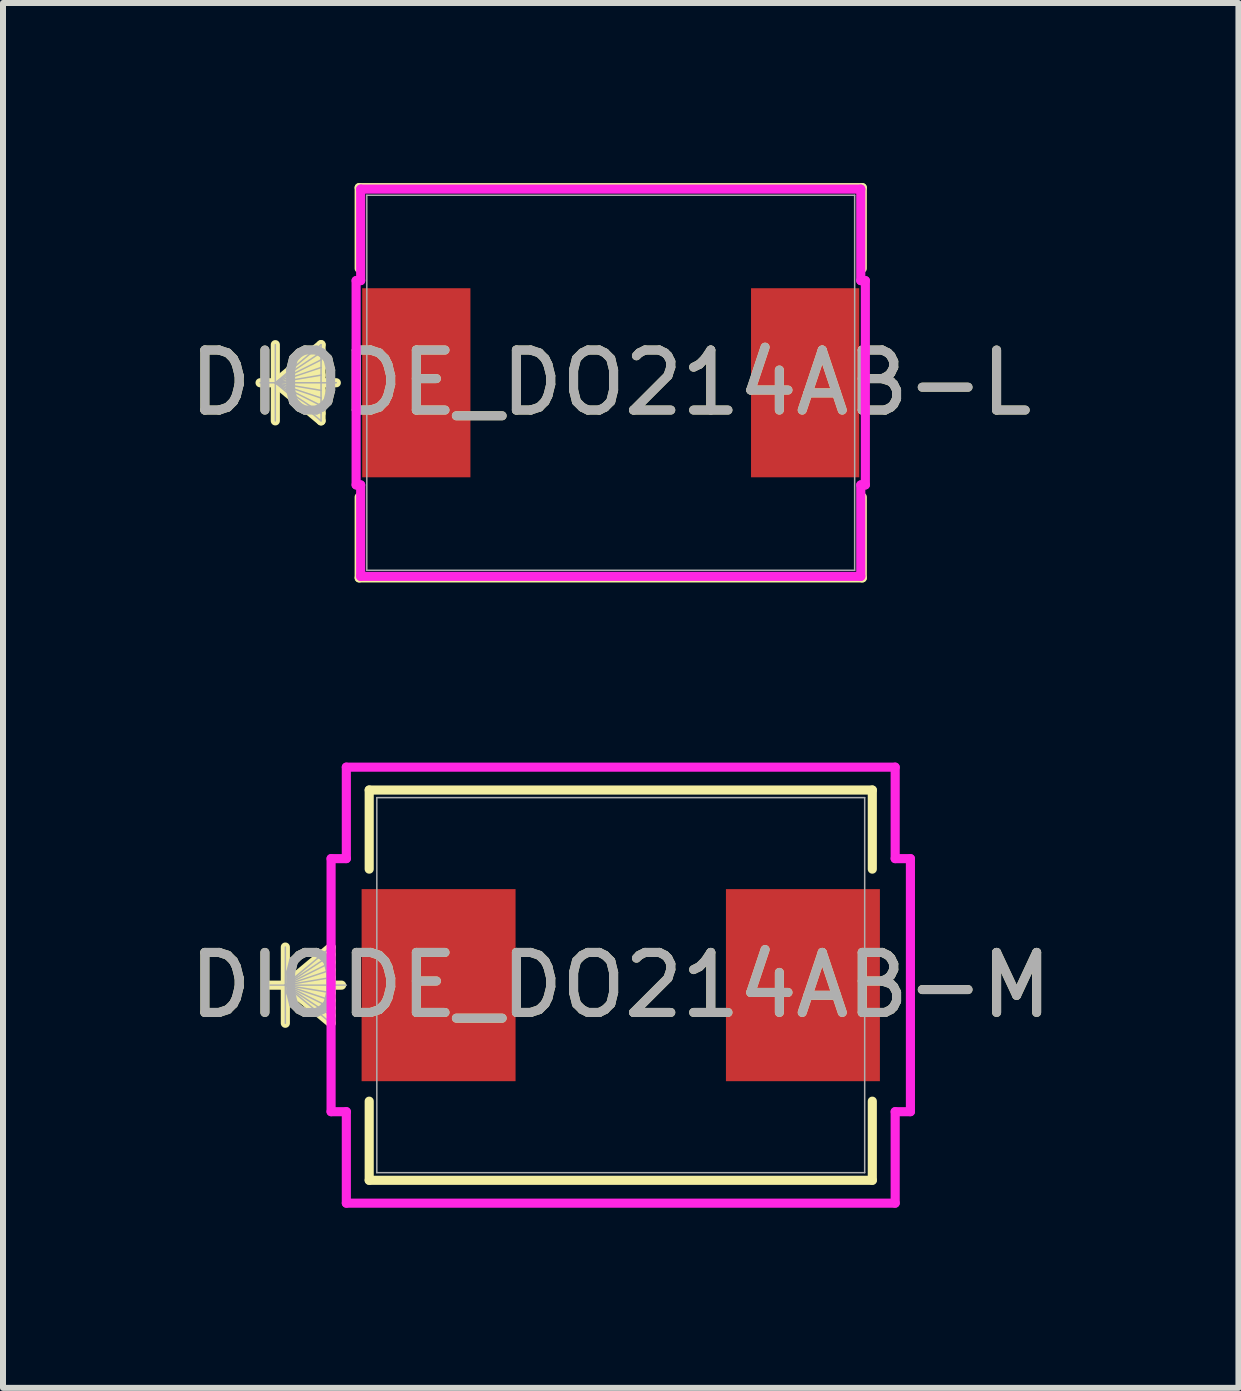
<source format=kicad_pcb>
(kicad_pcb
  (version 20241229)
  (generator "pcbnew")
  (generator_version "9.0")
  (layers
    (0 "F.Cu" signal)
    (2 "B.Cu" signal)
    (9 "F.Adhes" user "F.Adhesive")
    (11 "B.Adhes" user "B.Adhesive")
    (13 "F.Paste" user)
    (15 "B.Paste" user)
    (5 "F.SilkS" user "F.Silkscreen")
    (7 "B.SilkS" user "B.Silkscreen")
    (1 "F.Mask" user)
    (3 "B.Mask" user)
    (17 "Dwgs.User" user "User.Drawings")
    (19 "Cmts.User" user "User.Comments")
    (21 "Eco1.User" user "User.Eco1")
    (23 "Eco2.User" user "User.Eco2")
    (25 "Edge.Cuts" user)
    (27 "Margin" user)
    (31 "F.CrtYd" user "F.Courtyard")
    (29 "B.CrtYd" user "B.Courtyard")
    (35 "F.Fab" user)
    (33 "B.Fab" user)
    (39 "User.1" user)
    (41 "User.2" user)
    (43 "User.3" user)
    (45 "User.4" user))
  (footprint "DIODE_DO214AB-L"
    (layer "F.Cu")
    (at 7.125 3.327)
    (property "Reference" "DIODE_DO214AB-L" (at 0 0 0) (unlocked yes) (layer "F.SilkS") (effects (font (size 1 1) (thickness 0.15))))
    (attr smd)
    (fp_line (start -5.588 -0.635) (end -5.588 0.635) (stroke (width 0.152) (type solid)) (layer "F.SilkS"))
    (fp_line (start -5.588 0) (end -4.826 -0.635) (stroke (width 0.152) (type solid)) (layer "F.SilkS"))
    (fp_line (start -5.588 0) (end -4.826 -0.508) (stroke (width 0.152) (type solid)) (layer "F.SilkS"))
    (fp_line (start -5.588 0) (end -4.826 -0.381) (stroke (width 0.152) (type solid)) (layer "F.SilkS"))
    (fp_line (start -5.588 0) (end -4.826 -0.254) (stroke (width 0.152) (type solid)) (layer "F.SilkS"))
    (fp_line (start -5.588 0) (end -4.826 -0.127) (stroke (width 0.152) (type solid)) (layer "F.SilkS"))
    (fp_line (start -5.588 0) (end -4.826 0.127) (stroke (width 0.152) (type solid)) (layer "F.SilkS"))
    (fp_line (start -5.588 0) (end -4.826 0.254) (stroke (width 0.152) (type solid)) (layer "F.SilkS"))
    (fp_line (start -5.588 0) (end -4.826 0.381) (stroke (width 0.152) (type solid)) (layer "F.SilkS"))
    (fp_line (start -5.588 0) (end -4.826 0.508) (stroke (width 0.152) (type solid)) (layer "F.SilkS"))
    (fp_line (start -5.588 0) (end -4.826 0.635) (stroke (width 0.152) (type solid)) (layer "F.SilkS"))
    (fp_line (start -4.826 -0.635) (end -4.826 0.635) (stroke (width 0.152) (type solid)) (layer "F.SilkS"))
    (fp_line (start -4.572 0) (end -5.842 0) (stroke (width 0.152) (type solid)) (layer "F.SilkS"))
    (fp_line (start -4.191 -3.251) (end -4.191 -1.904) (stroke (width 0.152) (type solid)) (layer "F.SilkS"))
    (fp_line (start -4.191 1.904) (end -4.191 3.251) (stroke (width 0.152) (type solid)) (layer "F.SilkS"))
    (fp_line (start -4.191 3.251) (end 4.191 3.251) (stroke (width 0.152) (type solid)) (layer "F.SilkS"))
    (fp_line (start 4.191 -3.251) (end -4.191 -3.251) (stroke (width 0.152) (type solid)) (layer "F.SilkS"))
    (fp_line (start 4.191 -1.904) (end 4.191 -3.251) (stroke (width 0.152) (type solid)) (layer "F.SilkS"))
    (fp_line (start 4.191 3.251) (end 4.191 1.904) (stroke (width 0.152) (type solid)) (layer "F.SilkS"))
    (fp_line (start -4.242 -1.702) (end -4.166 -1.702) (stroke (width 0.152) (type solid)) (layer "F.CrtYd"))
    (fp_line (start -4.242 1.702) (end -4.242 -1.702) (stroke (width 0.152) (type solid)) (layer "F.CrtYd"))
    (fp_line (start -4.166 -3.226) (end 4.166 -3.226) (stroke (width 0.152) (type solid)) (layer "F.CrtYd"))
    (fp_line (start -4.166 -1.702) (end -4.166 -3.226) (stroke (width 0.152) (type solid)) (layer "F.CrtYd"))
    (fp_line (start -4.166 1.702) (end -4.242 1.702) (stroke (width 0.152) (type solid)) (layer "F.CrtYd"))
    (fp_line (start -4.166 3.226) (end -4.166 1.702) (stroke (width 0.152) (type solid)) (layer "F.CrtYd"))
    (fp_line (start 4.166 -3.226) (end 4.166 -1.702) (stroke (width 0.152) (type solid)) (layer "F.CrtYd"))
    (fp_line (start 4.166 -1.702) (end 4.242 -1.702) (stroke (width 0.152) (type solid)) (layer "F.CrtYd"))
    (fp_line (start 4.166 1.702) (end 4.166 3.226) (stroke (width 0.152) (type solid)) (layer "F.CrtYd"))
    (fp_line (start 4.166 3.226) (end -4.166 3.226) (stroke (width 0.152) (type solid)) (layer "F.CrtYd"))
    (fp_line (start 4.242 -1.702) (end 4.242 1.702) (stroke (width 0.152) (type solid)) (layer "F.CrtYd"))
    (fp_line (start 4.242 1.702) (end 4.166 1.702) (stroke (width 0.152) (type solid)) (layer "F.CrtYd"))
    (fp_line (start -5.588 -0.635) (end -5.588 0.635) (stroke (width 0.025) (type solid)) (layer "F.Fab"))
    (fp_line (start -5.588 0) (end -4.826 -0.635) (stroke (width 0.025) (type solid)) (layer "F.Fab"))
    (fp_line (start -5.588 0) (end -4.826 -0.508) (stroke (width 0.025) (type solid)) (layer "F.Fab"))
    (fp_line (start -5.588 0) (end -4.826 -0.381) (stroke (width 0.025) (type solid)) (layer "F.Fab"))
    (fp_line (start -5.588 0) (end -4.826 -0.254) (stroke (width 0.025) (type solid)) (layer "F.Fab"))
    (fp_line (start -5.588 0) (end -4.826 -0.127) (stroke (width 0.025) (type solid)) (layer "F.Fab"))
    (fp_line (start -5.588 0) (end -4.826 0.127) (stroke (width 0.025) (type solid)) (layer "F.Fab"))
    (fp_line (start -5.588 0) (end -4.826 0.254) (stroke (width 0.025) (type solid)) (layer "F.Fab"))
    (fp_line (start -5.588 0) (end -4.826 0.381) (stroke (width 0.025) (type solid)) (layer "F.Fab"))
    (fp_line (start -5.588 0) (end -4.826 0.508) (stroke (width 0.025) (type solid)) (layer "F.Fab"))
    (fp_line (start -5.588 0) (end -4.826 0.635) (stroke (width 0.025) (type solid)) (layer "F.Fab"))
    (fp_line (start -4.826 -0.635) (end -4.826 0.635) (stroke (width 0.025) (type solid)) (layer "F.Fab"))
    (fp_line (start -4.572 0) (end -5.842 0) (stroke (width 0.025) (type solid)) (layer "F.Fab"))
    (fp_line (start -4.064 -3.124) (end -4.064 3.124) (stroke (width 0.025) (type solid)) (layer "F.Fab"))
    (fp_line (start -4.064 3.124) (end 4.064 3.124) (stroke (width 0.025) (type solid)) (layer "F.Fab"))
    (fp_line (start 4.064 -3.124) (end -4.064 -3.124) (stroke (width 0.025) (type solid)) (layer "F.Fab"))
    (fp_line (start 4.064 3.124) (end 4.064 -3.124) (stroke (width 0.025) (type solid)) (layer "F.Fab"))
    (fp_text user "${REFERENCE}" (at 0 0 0) (unlocked yes) (layer "F.Fab") (effects (font (size 1 1) (thickness 0.15))))
    (pad "1" smd rect (at -3.239 0 90) (size 3.15 1.803) (layers "F.Cu" "F.Mask" "F.Paste"))
    (pad "2" smd rect (at 3.239 0 90) (size 3.15 1.803) (layers "F.Cu" "F.Mask" "F.Paste"))
    (zone (net_name "") (layer "F.Cu") (hatch full 0.508) (connect_pads) (min_thickness 0.254) (filled_areas_thickness no) (keepout (tracks not_allowed) (vias not_allowed) (pads allowed) (copperpour not_allowed) (footprints allowed)) (placement (enabled no)) (fill) (polygon (pts (xy 3.112 0.254) (xy 11.138 0.254) (xy 11.138 1.676) (xy 3.112 1.676))))
    (zone (net_name "") (layer "F.Cu") (hatch full 0.508) (connect_pads) (min_thickness 0.254) (filled_areas_thickness no) (keepout (tracks not_allowed) (vias not_allowed) (pads allowed) (copperpour not_allowed) (footprints allowed)) (placement (enabled no)) (fill) (polygon (pts (xy 3.112 4.978) (xy 11.138 4.978) (xy 11.138 6.401) (xy 3.112 6.401))))
    (zone (net_name "") (layer "F.Cu") (hatch full 0.508) (connect_pads) (min_thickness 0.254) (filled_areas_thickness no) (keepout (tracks not_allowed) (vias not_allowed) (pads allowed) (copperpour not_allowed) (footprints allowed)) (placement (enabled no)) (fill) (polygon (pts (xy 4.839 1.676) (xy 9.411 1.676) (xy 9.411 4.978) (xy 4.839 4.978)))))
  (footprint "DIODE_DO214AB-M"
    (layer "F.Cu")
    (at 7.292 13.363)
    (property "Reference" "DIODE_DO214AB-M" (at 0 0 0) (unlocked yes) (layer "F.SilkS") (effects (font (size 1 1) (thickness 0.15))))
    (attr smd)
    (fp_line (start -5.588 -0.635) (end -5.588 0.635) (stroke (width 0.152) (type solid)) (layer "F.SilkS"))
    (fp_line (start -5.588 0) (end -4.826 -0.635) (stroke (width 0.152) (type solid)) (layer "F.SilkS"))
    (fp_line (start -5.588 0) (end -4.826 -0.508) (stroke (width 0.152) (type solid)) (layer "F.SilkS"))
    (fp_line (start -5.588 0) (end -4.826 -0.381) (stroke (width 0.152) (type solid)) (layer "F.SilkS"))
    (fp_line (start -5.588 0) (end -4.826 -0.254) (stroke (width 0.152) (type solid)) (layer "F.SilkS"))
    (fp_line (start -5.588 0) (end -4.826 -0.127) (stroke (width 0.152) (type solid)) (layer "F.SilkS"))
    (fp_line (start -5.588 0) (end -4.826 0.127) (stroke (width 0.152) (type solid)) (layer "F.SilkS"))
    (fp_line (start -5.588 0) (end -4.826 0.254) (stroke (width 0.152) (type solid)) (layer "F.SilkS"))
    (fp_line (start -5.588 0) (end -4.826 0.381) (stroke (width 0.152) (type solid)) (layer "F.SilkS"))
    (fp_line (start -5.588 0) (end -4.826 0.508) (stroke (width 0.152) (type solid)) (layer "F.SilkS"))
    (fp_line (start -5.588 0) (end -4.826 0.635) (stroke (width 0.152) (type solid)) (layer "F.SilkS"))
    (fp_line (start -4.826 -0.635) (end -4.826 0.635) (stroke (width 0.152) (type solid)) (layer "F.SilkS"))
    (fp_line (start -4.651 0) (end -5.842 0) (stroke (width 0.152) (type solid)) (layer "F.SilkS"))
    (fp_line (start -4.191 -3.251) (end -4.191 -1.933) (stroke (width 0.152) (type solid)) (layer "F.SilkS"))
    (fp_line (start -4.191 1.933) (end -4.191 3.251) (stroke (width 0.152) (type solid)) (layer "F.SilkS"))
    (fp_line (start -4.191 3.251) (end 4.191 3.251) (stroke (width 0.152) (type solid)) (layer "F.SilkS"))
    (fp_line (start 4.191 -3.251) (end -4.191 -3.251) (stroke (width 0.152) (type solid)) (layer "F.SilkS"))
    (fp_line (start 4.191 -1.933) (end 4.191 -3.251) (stroke (width 0.152) (type solid)) (layer "F.SilkS"))
    (fp_line (start 4.191 3.251) (end 4.191 1.933) (stroke (width 0.152) (type solid)) (layer "F.SilkS"))
    (fp_line (start -4.826 -2.108) (end -4.572 -2.108) (stroke (width 0.152) (type solid)) (layer "F.CrtYd"))
    (fp_line (start -4.826 2.108) (end -4.826 -2.108) (stroke (width 0.152) (type solid)) (layer "F.CrtYd"))
    (fp_line (start -4.572 -3.632) (end 4.572 -3.632) (stroke (width 0.152) (type solid)) (layer "F.CrtYd"))
    (fp_line (start -4.572 -2.108) (end -4.572 -3.632) (stroke (width 0.152) (type solid)) (layer "F.CrtYd"))
    (fp_line (start -4.572 2.108) (end -4.826 2.108) (stroke (width 0.152) (type solid)) (layer "F.CrtYd"))
    (fp_line (start -4.572 3.632) (end -4.572 2.108) (stroke (width 0.152) (type solid)) (layer "F.CrtYd"))
    (fp_line (start 4.572 -3.632) (end 4.572 -2.108) (stroke (width 0.152) (type solid)) (layer "F.CrtYd"))
    (fp_line (start 4.572 -2.108) (end 4.826 -2.108) (stroke (width 0.152) (type solid)) (layer "F.CrtYd"))
    (fp_line (start 4.572 2.108) (end 4.572 3.632) (stroke (width 0.152) (type solid)) (layer "F.CrtYd"))
    (fp_line (start 4.572 3.632) (end -4.572 3.632) (stroke (width 0.152) (type solid)) (layer "F.CrtYd"))
    (fp_line (start 4.826 -2.108) (end 4.826 2.108) (stroke (width 0.152) (type solid)) (layer "F.CrtYd"))
    (fp_line (start 4.826 2.108) (end 4.572 2.108) (stroke (width 0.152) (type solid)) (layer "F.CrtYd"))
    (fp_line (start -5.588 -0.635) (end -5.588 0.635) (stroke (width 0.025) (type solid)) (layer "F.Fab"))
    (fp_line (start -5.588 0) (end -4.826 -0.635) (stroke (width 0.025) (type solid)) (layer "F.Fab"))
    (fp_line (start -5.588 0) (end -4.826 -0.508) (stroke (width 0.025) (type solid)) (layer "F.Fab"))
    (fp_line (start -5.588 0) (end -4.826 -0.381) (stroke (width 0.025) (type solid)) (layer "F.Fab"))
    (fp_line (start -5.588 0) (end -4.826 -0.254) (stroke (width 0.025) (type solid)) (layer "F.Fab"))
    (fp_line (start -5.588 0) (end -4.826 -0.127) (stroke (width 0.025) (type solid)) (layer "F.Fab"))
    (fp_line (start -5.588 0) (end -4.826 0.127) (stroke (width 0.025) (type solid)) (layer "F.Fab"))
    (fp_line (start -5.588 0) (end -4.826 0.254) (stroke (width 0.025) (type solid)) (layer "F.Fab"))
    (fp_line (start -5.588 0) (end -4.826 0.381) (stroke (width 0.025) (type solid)) (layer "F.Fab"))
    (fp_line (start -5.588 0) (end -4.826 0.508) (stroke (width 0.025) (type solid)) (layer "F.Fab"))
    (fp_line (start -5.588 0) (end -4.826 0.635) (stroke (width 0.025) (type solid)) (layer "F.Fab"))
    (fp_line (start -4.826 -0.635) (end -4.826 0.635) (stroke (width 0.025) (type solid)) (layer "F.Fab"))
    (fp_line (start -4.572 0) (end -5.842 0) (stroke (width 0.025) (type solid)) (layer "F.Fab"))
    (fp_line (start -4.064 -3.124) (end -4.064 3.124) (stroke (width 0.025) (type solid)) (layer "F.Fab"))
    (fp_line (start -4.064 3.124) (end 4.064 3.124) (stroke (width 0.025) (type solid)) (layer "F.Fab"))
    (fp_line (start 4.064 -3.124) (end -4.064 -3.124) (stroke (width 0.025) (type solid)) (layer "F.Fab"))
    (fp_line (start 4.064 3.124) (end 4.064 -3.124) (stroke (width 0.025) (type solid)) (layer "F.Fab"))
    (fp_text user "${REFERENCE}" (at 0 0 0) (unlocked yes) (layer "F.Fab") (effects (font (size 1 1) (thickness 0.15))))
    (pad "1" smd rect (at -3.035 0 90) (size 3.2 2.565) (layers "F.Cu" "F.Mask" "F.Paste"))
    (pad "2" smd rect (at 3.035 0 90) (size 3.2 2.565) (layers "F.Cu" "F.Mask" "F.Paste"))
    (zone (net_name "") (layer "F.Cu") (hatch full 0.508) (connect_pads) (min_thickness 0.254) (filled_areas_thickness no) (keepout (tracks not_allowed) (vias not_allowed) (pads allowed) (copperpour not_allowed) (footprints allowed)) (placement (enabled no)) (fill) (polygon (pts (xy 3.278 10.29) (xy 11.305 10.29) (xy 11.305 11.712) (xy 3.278 11.712))))
    (zone (net_name "") (layer "F.Cu") (hatch full 0.508) (connect_pads) (min_thickness 0.254) (filled_areas_thickness no) (keepout (tracks not_allowed) (vias not_allowed) (pads allowed) (copperpour not_allowed) (footprints allowed)) (placement (enabled no)) (fill) (polygon (pts (xy 3.278 15.014) (xy 11.305 15.014) (xy 11.305 16.437) (xy 3.278 16.437))))
    (zone (net_name "") (layer "F.Cu") (hatch full 0.508) (connect_pads) (min_thickness 0.254) (filled_areas_thickness no) (keepout (tracks not_allowed) (vias not_allowed) (pads allowed) (copperpour not_allowed) (footprints allowed)) (placement (enabled no)) (fill) (polygon (pts (xy 5.59 11.712) (xy 8.993 11.712) (xy 8.993 15.014) (xy 5.59 15.014)))))
  (gr_rect
    (start -3 -3)
    (end 17.583 20.072)
    (stroke (width 0.1) (type default))
    (fill no)
    (layer "Edge.Cuts")))
</source>
